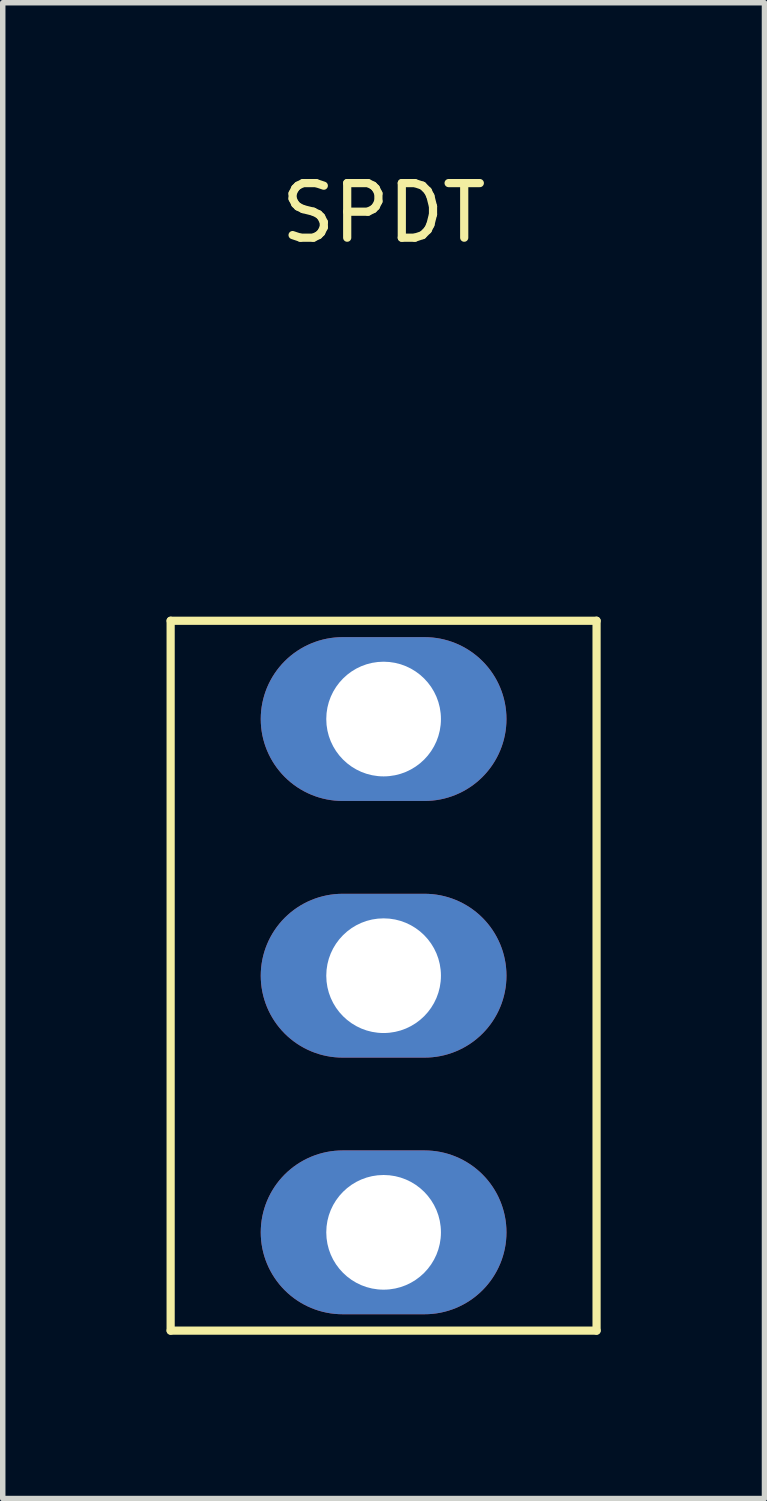
<source format=kicad_pcb>
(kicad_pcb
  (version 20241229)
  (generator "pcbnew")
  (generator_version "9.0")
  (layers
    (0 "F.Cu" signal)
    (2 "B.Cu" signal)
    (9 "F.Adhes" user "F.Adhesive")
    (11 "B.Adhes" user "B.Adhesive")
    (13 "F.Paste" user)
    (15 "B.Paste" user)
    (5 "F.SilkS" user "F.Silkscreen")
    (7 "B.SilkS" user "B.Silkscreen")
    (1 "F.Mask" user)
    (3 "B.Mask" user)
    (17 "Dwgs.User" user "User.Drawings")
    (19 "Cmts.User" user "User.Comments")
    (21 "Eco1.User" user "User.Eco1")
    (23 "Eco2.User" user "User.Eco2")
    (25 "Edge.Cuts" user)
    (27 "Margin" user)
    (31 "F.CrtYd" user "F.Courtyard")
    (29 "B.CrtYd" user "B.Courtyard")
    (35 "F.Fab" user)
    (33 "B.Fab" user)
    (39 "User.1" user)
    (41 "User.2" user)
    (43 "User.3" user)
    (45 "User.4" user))
  (footprint "SPDT"
    (layer "F.Cu")
    (at 3.975 14.818)
    (property "Reference" "SPDT" (at 0 -13.97 0) (layer "F.SilkS") (effects (font (size 1 1) (thickness 0.15))))
    (attr through_hole)
    (fp_line (start -3.9 -6.5) (end 3.9 -6.5) (stroke (width 0.15) (type solid)) (layer "F.SilkS"))
    (fp_line (start -3.9 6.5) (end -3.9 -6.5) (stroke (width 0.15) (type solid)) (layer "F.SilkS"))
    (fp_line (start -3.9 6.5) (end 3.9 6.5) (stroke (width 0.15) (type solid)) (layer "F.SilkS"))
    (fp_line (start 3.9 6.5) (end 3.9 -6.5) (stroke (width 0.15) (type solid)) (layer "F.SilkS"))
    (pad "1" thru_hole oval (at 0 -4.7) (size 4.5 3) (drill 2.1) (layers "*.Cu" "*.Mask"))
    (pad "2" thru_hole oval (at 0 0) (size 4.5 3) (drill oval 2.1) (layers "*.Cu" "*.Mask"))
    (pad "3" thru_hole oval (at 0 4.7) (size 4.5 3) (drill 2.1) (layers "*.Cu" "*.Mask")))
  (gr_rect
    (start -3 -3)
    (end 10.95 24.393)
    (stroke (width 0.1) (type default))
    (fill no)
    (layer "Edge.Cuts")))
</source>
